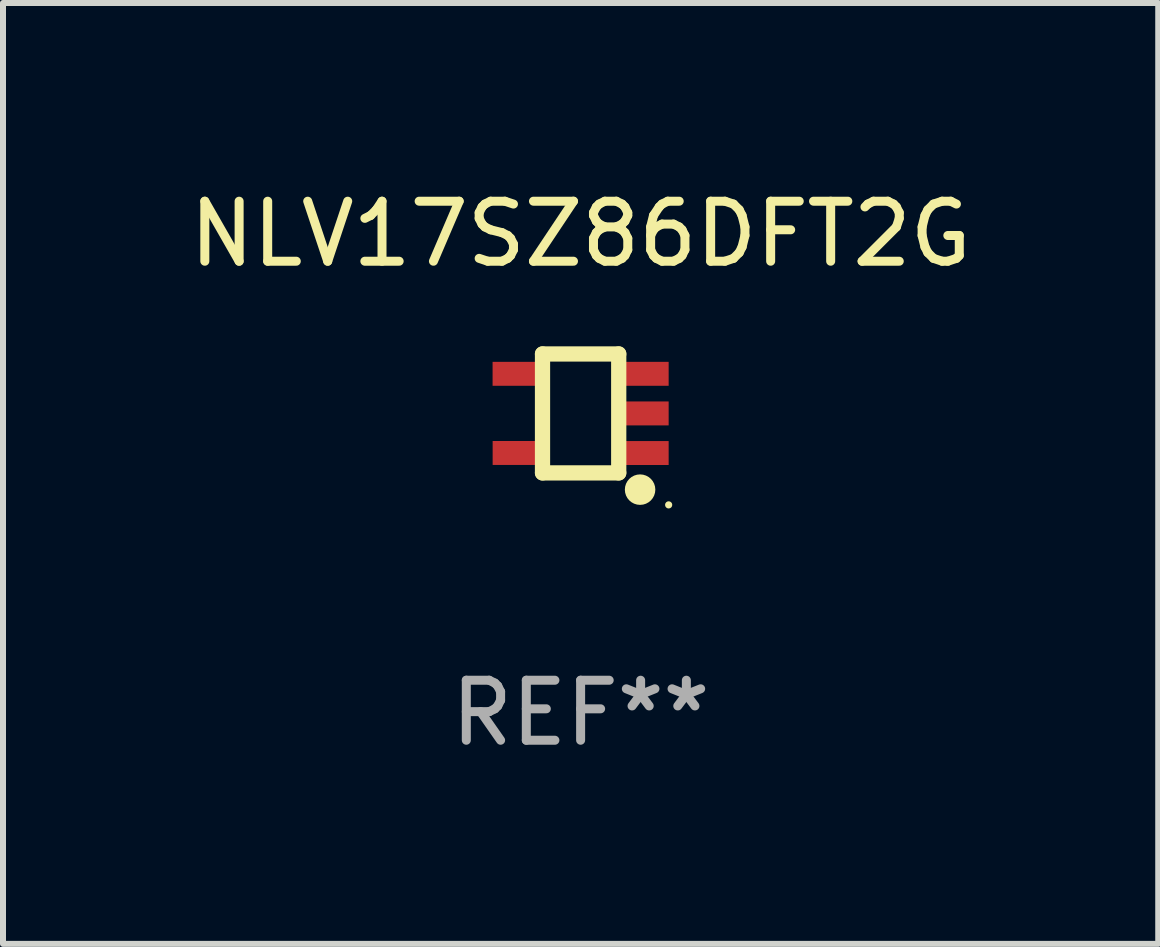
<source format=kicad_pcb>
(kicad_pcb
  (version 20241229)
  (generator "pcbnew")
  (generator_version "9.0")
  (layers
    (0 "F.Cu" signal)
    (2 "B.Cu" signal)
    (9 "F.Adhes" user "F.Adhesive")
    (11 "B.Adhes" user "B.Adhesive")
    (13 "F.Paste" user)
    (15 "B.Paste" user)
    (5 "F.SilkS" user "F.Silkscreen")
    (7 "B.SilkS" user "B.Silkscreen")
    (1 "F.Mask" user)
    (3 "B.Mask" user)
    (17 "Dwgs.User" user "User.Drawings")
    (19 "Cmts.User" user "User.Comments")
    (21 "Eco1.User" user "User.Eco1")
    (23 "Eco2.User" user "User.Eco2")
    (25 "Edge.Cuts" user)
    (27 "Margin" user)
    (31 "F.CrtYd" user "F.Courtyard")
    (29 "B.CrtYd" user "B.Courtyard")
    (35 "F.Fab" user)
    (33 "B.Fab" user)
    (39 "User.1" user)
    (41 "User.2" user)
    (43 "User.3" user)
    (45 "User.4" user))
  (footprint "NLV17SZ86DFT2G"
    (layer "F.Cu")
    (at 6.625 3.839)
    (property "Reference" "NLV17SZ86DFT2G" (at 0 -2.991 0) (layer "F.SilkS") (effects (font (size 1 1) (thickness 0.15))))
    (attr through_hole)
    (fp_line (start -0.635 -0.991) (end 0.635 -0.991) (stroke (width 0.254) (type solid)) (layer "F.SilkS"))
    (fp_line (start -0.635 0.991) (end -0.635 -0.991) (stroke (width 0.254) (type solid)) (layer "F.SilkS"))
    (fp_line (start 0.635 -0.991) (end 0.635 0.991) (stroke (width 0.254) (type solid)) (layer "F.SilkS"))
    (fp_line (start 0.635 0.991) (end -0.635 0.991) (stroke (width 0.254) (type solid)) (layer "F.SilkS"))
    (fp_circle (center 0.991 1.27) (end 1.118 1.27) (stroke (width 0.254) (type solid)) (fill no) (layer "F.SilkS"))
    (fp_circle (center 1.467 1.524) (end 1.497 1.524) (stroke (width 0.06) (type solid)) (fill no) (layer "F.SilkS"))
    (fp_text user "REF**" (at 0 4.991 0) (layer "F.Fab") (effects (font (size 1 1) (thickness 0.15))))
    (pad "1" smd rect (at 1.067 0.66 180) (size 0.8 0.399) (layers "F.Cu" "F.Mask" "F.Paste"))
    (pad "2" smd rect (at 1.067 0 180) (size 0.8 0.399) (layers "F.Cu" "F.Mask" "F.Paste"))
    (pad "3" smd rect (at 1.067 -0.66 180) (size 0.8 0.399) (layers "F.Cu" "F.Mask" "F.Paste"))
    (pad "4" smd rect (at -1.067 -0.66 180) (size 0.8 0.399) (layers "F.Cu" "F.Mask" "F.Paste"))
    (pad "5" smd rect (at -1.066 0.659 180) (size 0.8 0.399) (layers "F.Cu" "F.Mask" "F.Paste")))
  (gr_rect
    (start -3 -3)
    (end 16.25 12.678)
    (stroke (width 0.1) (type default))
    (fill no)
    (layer "Edge.Cuts")))
</source>
